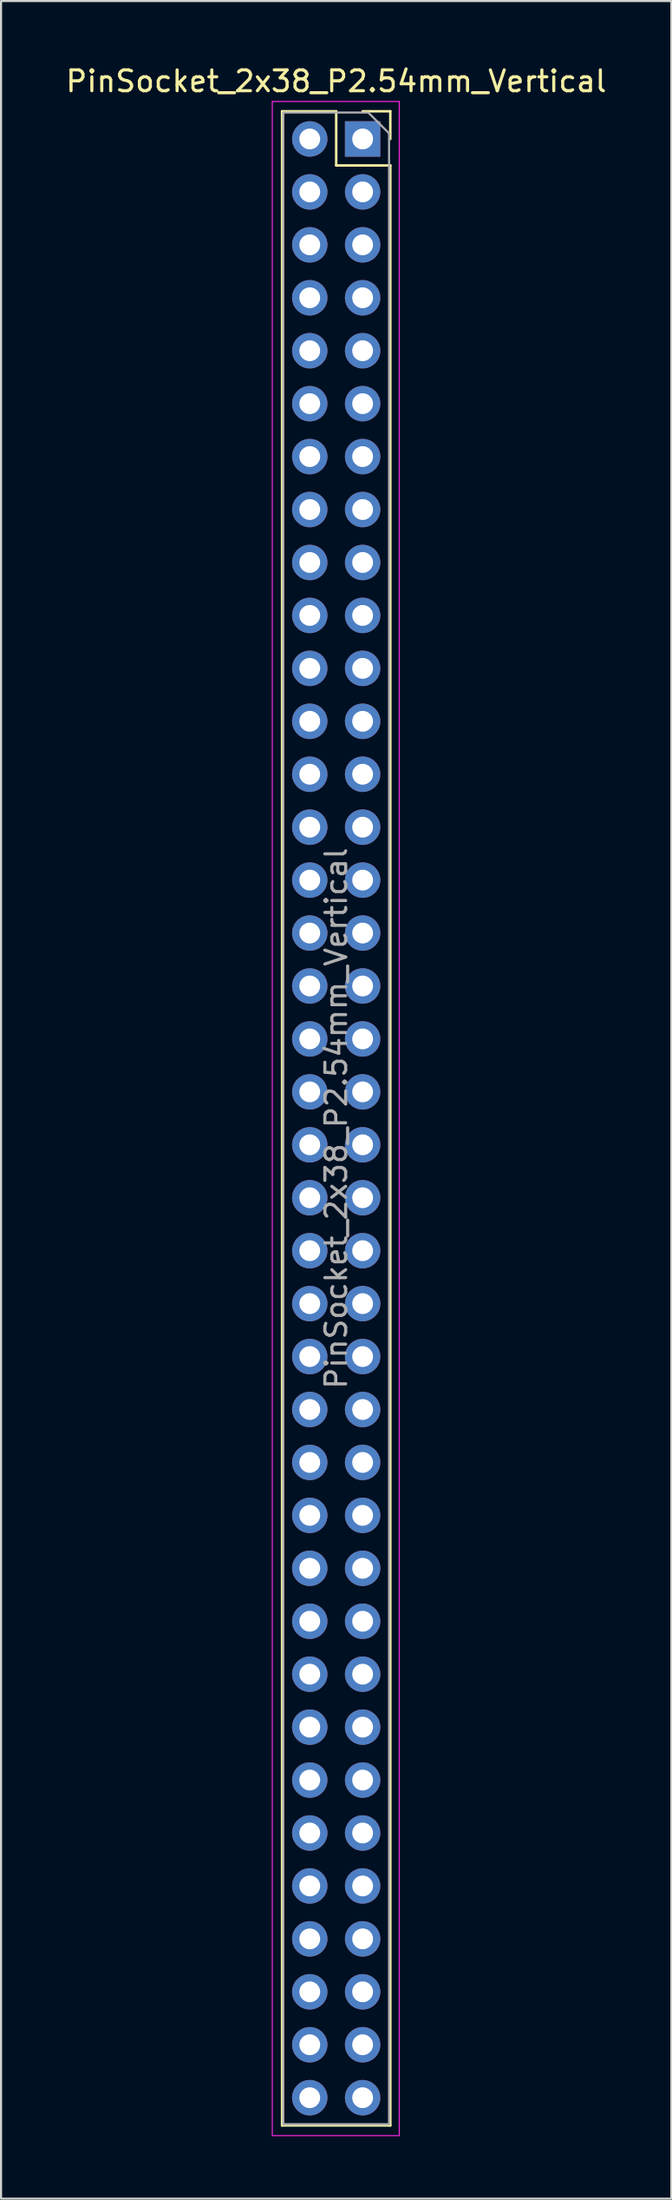
<source format=kicad_pcb>
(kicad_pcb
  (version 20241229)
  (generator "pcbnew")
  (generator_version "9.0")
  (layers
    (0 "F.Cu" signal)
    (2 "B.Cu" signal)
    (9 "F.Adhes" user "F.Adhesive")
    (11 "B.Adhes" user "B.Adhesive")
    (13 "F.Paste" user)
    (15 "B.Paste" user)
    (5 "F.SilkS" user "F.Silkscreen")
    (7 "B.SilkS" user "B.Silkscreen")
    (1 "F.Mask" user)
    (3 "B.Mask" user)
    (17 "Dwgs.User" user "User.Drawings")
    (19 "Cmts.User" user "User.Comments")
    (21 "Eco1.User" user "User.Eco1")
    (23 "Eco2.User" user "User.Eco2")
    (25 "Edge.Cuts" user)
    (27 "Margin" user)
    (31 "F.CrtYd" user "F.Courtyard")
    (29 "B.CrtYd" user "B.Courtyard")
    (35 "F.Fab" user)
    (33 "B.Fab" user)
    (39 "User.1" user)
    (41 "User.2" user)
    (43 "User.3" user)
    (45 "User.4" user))
  (footprint "PinSocket_2x38_P2.54mm_Vertical"
    (layer "F.Cu")
    (at 14.371 3.618)
    (property "Reference" "PinSocket_2x38_P2.54mm_Vertical" (at -1.27 -2.77 0) (layer "F.SilkS") (effects (font (size 1 1) (thickness 0.15))))
    (attr through_hole)
    (fp_line (start -3.87 -1.33) (end -3.87 95.31) (stroke (width 0.12) (type solid)) (layer "F.SilkS"))
    (fp_line (start -3.87 -1.33) (end -1.27 -1.33) (stroke (width 0.12) (type solid)) (layer "F.SilkS"))
    (fp_line (start -3.87 95.31) (end 1.33 95.31) (stroke (width 0.12) (type solid)) (layer "F.SilkS"))
    (fp_line (start -1.27 -1.33) (end -1.27 1.27) (stroke (width 0.12) (type solid)) (layer "F.SilkS"))
    (fp_line (start -1.27 1.27) (end 1.33 1.27) (stroke (width 0.12) (type solid)) (layer "F.SilkS"))
    (fp_line (start 0 -1.33) (end 1.33 -1.33) (stroke (width 0.12) (type solid)) (layer "F.SilkS"))
    (fp_line (start 1.33 -1.33) (end 1.33 0) (stroke (width 0.12) (type solid)) (layer "F.SilkS"))
    (fp_line (start 1.33 1.27) (end 1.33 95.31) (stroke (width 0.12) (type solid)) (layer "F.SilkS"))
    (fp_line (start -4.34 -1.8) (end 1.76 -1.8) (stroke (width 0.05) (type solid)) (layer "F.CrtYd"))
    (fp_line (start -4.34 95.8) (end -4.34 -1.8) (stroke (width 0.05) (type solid)) (layer "F.CrtYd"))
    (fp_line (start 1.76 -1.8) (end 1.76 95.8) (stroke (width 0.05) (type solid)) (layer "F.CrtYd"))
    (fp_line (start 1.76 95.8) (end -4.34 95.8) (stroke (width 0.05) (type solid)) (layer "F.CrtYd"))
    (fp_line (start -3.81 -1.27) (end 0.27 -1.27) (stroke (width 0.1) (type solid)) (layer "F.Fab"))
    (fp_line (start -3.81 95.25) (end -3.81 -1.27) (stroke (width 0.1) (type solid)) (layer "F.Fab"))
    (fp_line (start 0.27 -1.27) (end 1.27 -0.27) (stroke (width 0.1) (type solid)) (layer "F.Fab"))
    (fp_line (start 1.27 -0.27) (end 1.27 95.25) (stroke (width 0.1) (type solid)) (layer "F.Fab"))
    (fp_line (start 1.27 95.25) (end -3.81 95.25) (stroke (width 0.1) (type solid)) (layer "F.Fab"))
    (fp_text user "${REFERENCE}" (at -1.27 46.99 90) (layer "F.Fab") (effects (font (size 1 1) (thickness 0.15))))
    (pad "1" thru_hole rect (at 0 0) (size 1.7 1.7) (drill 1) (layers "*.Cu" "*.Mask"))
    (pad "2" thru_hole oval (at -2.54 0) (size 1.7 1.7) (drill 1) (layers "*.Cu" "*.Mask"))
    (pad "3" thru_hole oval (at 0 2.54) (size 1.7 1.7) (drill 1) (layers "*.Cu" "*.Mask"))
    (pad "4" thru_hole oval (at -2.54 2.54) (size 1.7 1.7) (drill 1) (layers "*.Cu" "*.Mask"))
    (pad "5" thru_hole oval (at 0 5.08) (size 1.7 1.7) (drill 1) (layers "*.Cu" "*.Mask"))
    (pad "6" thru_hole oval (at -2.54 5.08) (size 1.7 1.7) (drill 1) (layers "*.Cu" "*.Mask"))
    (pad "7" thru_hole oval (at 0 7.62) (size 1.7 1.7) (drill 1) (layers "*.Cu" "*.Mask"))
    (pad "8" thru_hole oval (at -2.54 7.62) (size 1.7 1.7) (drill 1) (layers "*.Cu" "*.Mask"))
    (pad "9" thru_hole oval (at 0 10.16) (size 1.7 1.7) (drill 1) (layers "*.Cu" "*.Mask"))
    (pad "10" thru_hole oval (at -2.54 10.16) (size 1.7 1.7) (drill 1) (layers "*.Cu" "*.Mask"))
    (pad "11" thru_hole oval (at 0 12.7) (size 1.7 1.7) (drill 1) (layers "*.Cu" "*.Mask"))
    (pad "12" thru_hole oval (at -2.54 12.7) (size 1.7 1.7) (drill 1) (layers "*.Cu" "*.Mask"))
    (pad "13" thru_hole oval (at 0 15.24) (size 1.7 1.7) (drill 1) (layers "*.Cu" "*.Mask"))
    (pad "14" thru_hole oval (at -2.54 15.24) (size 1.7 1.7) (drill 1) (layers "*.Cu" "*.Mask"))
    (pad "15" thru_hole oval (at 0 17.78) (size 1.7 1.7) (drill 1) (layers "*.Cu" "*.Mask"))
    (pad "16" thru_hole oval (at -2.54 17.78) (size 1.7 1.7) (drill 1) (layers "*.Cu" "*.Mask"))
    (pad "17" thru_hole oval (at 0 20.32) (size 1.7 1.7) (drill 1) (layers "*.Cu" "*.Mask"))
    (pad "18" thru_hole oval (at -2.54 20.32) (size 1.7 1.7) (drill 1) (layers "*.Cu" "*.Mask"))
    (pad "19" thru_hole oval (at 0 22.86) (size 1.7 1.7) (drill 1) (layers "*.Cu" "*.Mask"))
    (pad "20" thru_hole oval (at -2.54 22.86) (size 1.7 1.7) (drill 1) (layers "*.Cu" "*.Mask"))
    (pad "21" thru_hole oval (at 0 25.4) (size 1.7 1.7) (drill 1) (layers "*.Cu" "*.Mask"))
    (pad "22" thru_hole oval (at -2.54 25.4) (size 1.7 1.7) (drill 1) (layers "*.Cu" "*.Mask"))
    (pad "23" thru_hole oval (at 0 27.94) (size 1.7 1.7) (drill 1) (layers "*.Cu" "*.Mask"))
    (pad "24" thru_hole oval (at -2.54 27.94) (size 1.7 1.7) (drill 1) (layers "*.Cu" "*.Mask"))
    (pad "25" thru_hole oval (at 0 30.48) (size 1.7 1.7) (drill 1) (layers "*.Cu" "*.Mask"))
    (pad "26" thru_hole oval (at -2.54 30.48) (size 1.7 1.7) (drill 1) (layers "*.Cu" "*.Mask"))
    (pad "27" thru_hole oval (at 0 33.02) (size 1.7 1.7) (drill 1) (layers "*.Cu" "*.Mask"))
    (pad "28" thru_hole oval (at -2.54 33.02) (size 1.7 1.7) (drill 1) (layers "*.Cu" "*.Mask"))
    (pad "29" thru_hole oval (at 0 35.56) (size 1.7 1.7) (drill 1) (layers "*.Cu" "*.Mask"))
    (pad "30" thru_hole oval (at -2.54 35.56) (size 1.7 1.7) (drill 1) (layers "*.Cu" "*.Mask"))
    (pad "31" thru_hole oval (at 0 38.1) (size 1.7 1.7) (drill 1) (layers "*.Cu" "*.Mask"))
    (pad "32" thru_hole oval (at -2.54 38.1) (size 1.7 1.7) (drill 1) (layers "*.Cu" "*.Mask"))
    (pad "33" thru_hole oval (at 0 40.64) (size 1.7 1.7) (drill 1) (layers "*.Cu" "*.Mask"))
    (pad "34" thru_hole oval (at -2.54 40.64) (size 1.7 1.7) (drill 1) (layers "*.Cu" "*.Mask"))
    (pad "35" thru_hole oval (at 0 43.18) (size 1.7 1.7) (drill 1) (layers "*.Cu" "*.Mask"))
    (pad "36" thru_hole oval (at -2.54 43.18) (size 1.7 1.7) (drill 1) (layers "*.Cu" "*.Mask"))
    (pad "37" thru_hole oval (at 0 45.72) (size 1.7 1.7) (drill 1) (layers "*.Cu" "*.Mask"))
    (pad "38" thru_hole oval (at -2.54 45.72) (size 1.7 1.7) (drill 1) (layers "*.Cu" "*.Mask"))
    (pad "39" thru_hole oval (at 0 48.26) (size 1.7 1.7) (drill 1) (layers "*.Cu" "*.Mask"))
    (pad "40" thru_hole oval (at -2.54 48.26) (size 1.7 1.7) (drill 1) (layers "*.Cu" "*.Mask"))
    (pad "41" thru_hole oval (at 0 50.8) (size 1.7 1.7) (drill 1) (layers "*.Cu" "*.Mask"))
    (pad "42" thru_hole oval (at -2.54 50.8) (size 1.7 1.7) (drill 1) (layers "*.Cu" "*.Mask"))
    (pad "43" thru_hole oval (at 0 53.34) (size 1.7 1.7) (drill 1) (layers "*.Cu" "*.Mask"))
    (pad "44" thru_hole oval (at -2.54 53.34) (size 1.7 1.7) (drill 1) (layers "*.Cu" "*.Mask"))
    (pad "45" thru_hole oval (at 0 55.88) (size 1.7 1.7) (drill 1) (layers "*.Cu" "*.Mask"))
    (pad "46" thru_hole oval (at -2.54 55.88) (size 1.7 1.7) (drill 1) (layers "*.Cu" "*.Mask"))
    (pad "47" thru_hole oval (at 0 58.42) (size 1.7 1.7) (drill 1) (layers "*.Cu" "*.Mask"))
    (pad "48" thru_hole oval (at -2.54 58.42) (size 1.7 1.7) (drill 1) (layers "*.Cu" "*.Mask"))
    (pad "49" thru_hole oval (at 0 60.96) (size 1.7 1.7) (drill 1) (layers "*.Cu" "*.Mask"))
    (pad "50" thru_hole oval (at -2.54 60.96) (size 1.7 1.7) (drill 1) (layers "*.Cu" "*.Mask"))
    (pad "51" thru_hole oval (at 0 63.5) (size 1.7 1.7) (drill 1) (layers "*.Cu" "*.Mask"))
    (pad "52" thru_hole oval (at -2.54 63.5) (size 1.7 1.7) (drill 1) (layers "*.Cu" "*.Mask"))
    (pad "53" thru_hole oval (at 0 66.04) (size 1.7 1.7) (drill 1) (layers "*.Cu" "*.Mask"))
    (pad "54" thru_hole oval (at -2.54 66.04) (size 1.7 1.7) (drill 1) (layers "*.Cu" "*.Mask"))
    (pad "55" thru_hole oval (at 0 68.58) (size 1.7 1.7) (drill 1) (layers "*.Cu" "*.Mask"))
    (pad "56" thru_hole oval (at -2.54 68.58) (size 1.7 1.7) (drill 1) (layers "*.Cu" "*.Mask"))
    (pad "57" thru_hole oval (at 0 71.12) (size 1.7 1.7) (drill 1) (layers "*.Cu" "*.Mask"))
    (pad "58" thru_hole oval (at -2.54 71.12) (size 1.7 1.7) (drill 1) (layers "*.Cu" "*.Mask"))
    (pad "59" thru_hole oval (at 0 73.66) (size 1.7 1.7) (drill 1) (layers "*.Cu" "*.Mask"))
    (pad "60" thru_hole oval (at -2.54 73.66) (size 1.7 1.7) (drill 1) (layers "*.Cu" "*.Mask"))
    (pad "61" thru_hole oval (at 0 76.2) (size 1.7 1.7) (drill 1) (layers "*.Cu" "*.Mask"))
    (pad "62" thru_hole oval (at -2.54 76.2) (size 1.7 1.7) (drill 1) (layers "*.Cu" "*.Mask"))
    (pad "63" thru_hole oval (at 0 78.74) (size 1.7 1.7) (drill 1) (layers "*.Cu" "*.Mask"))
    (pad "64" thru_hole oval (at -2.54 78.74) (size 1.7 1.7) (drill 1) (layers "*.Cu" "*.Mask"))
    (pad "65" thru_hole oval (at 0 81.28) (size 1.7 1.7) (drill 1) (layers "*.Cu" "*.Mask"))
    (pad "66" thru_hole oval (at -2.54 81.28) (size 1.7 1.7) (drill 1) (layers "*.Cu" "*.Mask"))
    (pad "67" thru_hole oval (at 0 83.82) (size 1.7 1.7) (drill 1) (layers "*.Cu" "*.Mask"))
    (pad "68" thru_hole oval (at -2.54 83.82) (size 1.7 1.7) (drill 1) (layers "*.Cu" "*.Mask"))
    (pad "69" thru_hole oval (at 0 86.36) (size 1.7 1.7) (drill 1) (layers "*.Cu" "*.Mask"))
    (pad "70" thru_hole oval (at -2.54 86.36) (size 1.7 1.7) (drill 1) (layers "*.Cu" "*.Mask"))
    (pad "71" thru_hole oval (at 0 88.9) (size 1.7 1.7) (drill 1) (layers "*.Cu" "*.Mask"))
    (pad "72" thru_hole oval (at -2.54 88.9) (size 1.7 1.7) (drill 1) (layers "*.Cu" "*.Mask"))
    (pad "73" thru_hole oval (at 0 91.44) (size 1.7 1.7) (drill 1) (layers "*.Cu" "*.Mask"))
    (pad "74" thru_hole oval (at -2.54 91.44) (size 1.7 1.7) (drill 1) (layers "*.Cu" "*.Mask"))
    (pad "75" thru_hole oval (at 0 93.98) (size 1.7 1.7) (drill 1) (layers "*.Cu" "*.Mask"))
    (pad "76" thru_hole oval (at -2.54 93.98) (size 1.7 1.7) (drill 1) (layers "*.Cu" "*.Mask")))
  (gr_rect
    (start -3 -3)
    (end 29.202 102.443)
    (stroke (width 0.1) (type default))
    (fill no)
    (layer "Edge.Cuts")))
</source>
